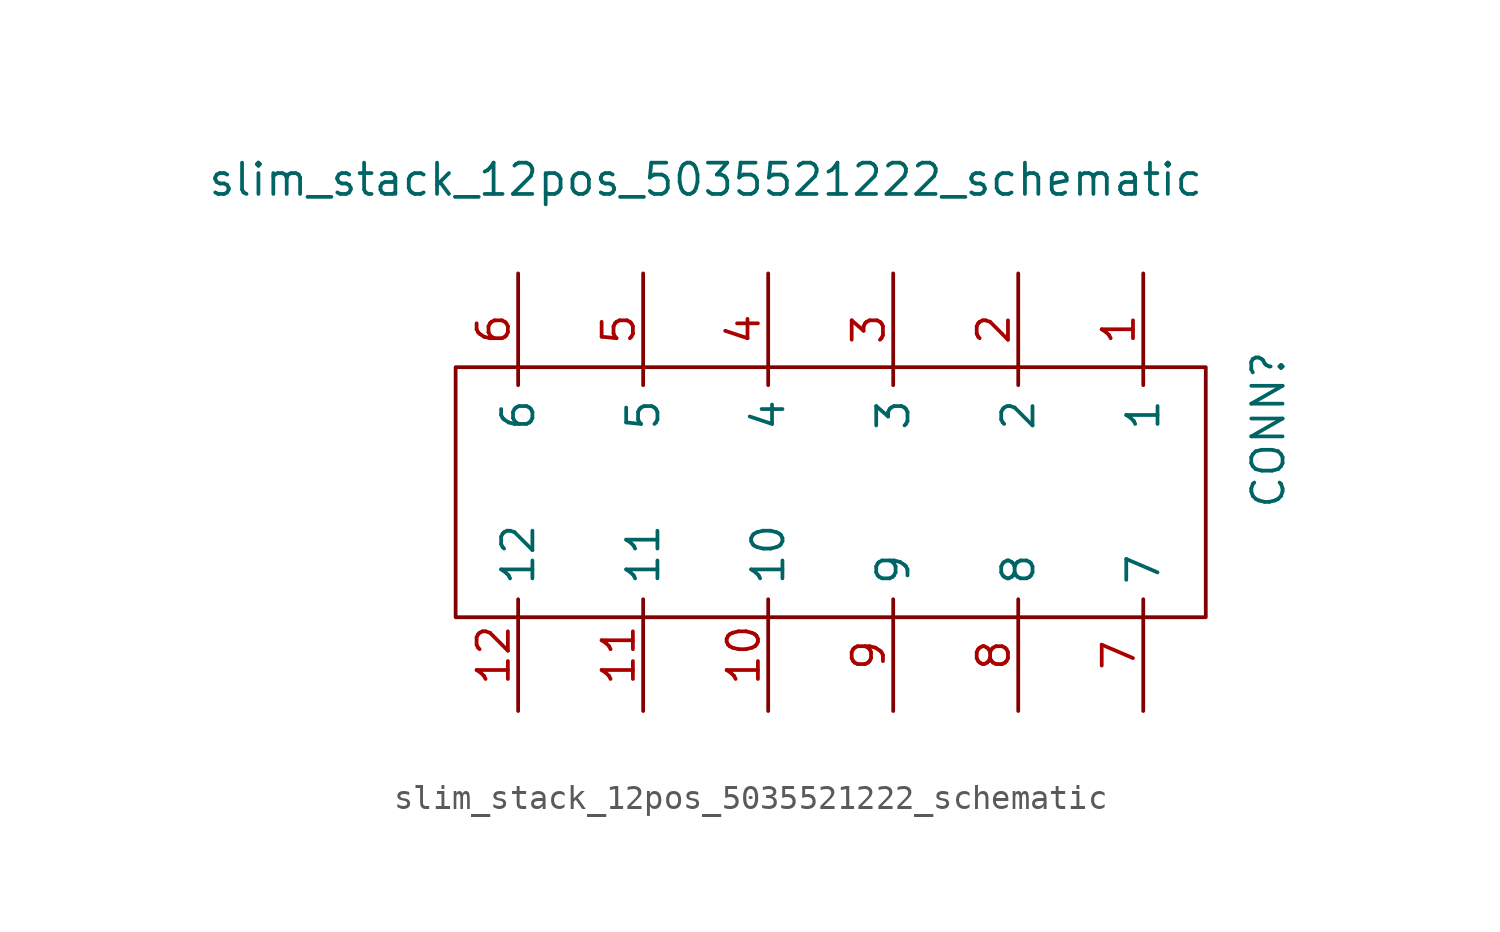
<source format=kicad_sym>
(kicad_symbol_lib
  (version 20211014)
  (generator kicad_symbol_editor)
  (symbol "slim_stack_12pos_5035521222_schematic"
    (property "Reference" "CONN"
      (at 24.13 0 90)
      (effects (font (size 1.27 1.27))))
    (property "Value" "slim_stack_12pos_5035521222_schematic"
      (at 1.27 10.16 0)
      (effects (font (size 1.27 1.27))))
    (symbol "slim_stack_12pos_5035521222_schematic_0_1"
      (rectangle (start -8.89 2.54) (end 21.59 -7.62) (stroke (width 0) (type default) (color 0 0 0 0)) (fill (type none))))
    (symbol "slim_stack_12pos_5035521222_schematic_1_1"
      (pin bidirectional line (at 19.05 6.35 270) (length 4.54) (name "1" (effects (font (size 1.27 1.27)))) (number "1" (effects (font (size 1.27 1.27)))))
      (pin bidirectional line (at 3.81 -11.43 90) (length 4.54) (name "10" (effects (font (size 1.27 1.27)))) (number "10" (effects (font (size 1.27 1.27)))))
      (pin bidirectional line (at -1.27 -11.43 90) (length 4.54) (name "11" (effects (font (size 1.27 1.27)))) (number "11" (effects (font (size 1.27 1.27)))))
      (pin bidirectional line (at -6.35 -11.43 90) (length 4.54) (name "12" (effects (font (size 1.27 1.27)))) (number "12" (effects (font (size 1.27 1.27)))))
      (pin bidirectional line (at 13.97 6.35 270) (length 4.54) (name "2" (effects (font (size 1.27 1.27)))) (number "2" (effects (font (size 1.27 1.27)))))
      (pin bidirectional line (at 8.89 6.35 270) (length 4.54) (name "3" (effects (font (size 1.27 1.27)))) (number "3" (effects (font (size 1.27 1.27)))))
      (pin bidirectional line (at 3.81 6.35 270) (length 4.54) (name "4" (effects (font (size 1.27 1.27)))) (number "4" (effects (font (size 1.27 1.27)))))
      (pin bidirectional line (at -1.27 6.35 270) (length 4.54) (name "5" (effects (font (size 1.27 1.27)))) (number "5" (effects (font (size 1.27 1.27)))))
      (pin bidirectional line (at -6.35 6.35 270) (length 4.54) (name "6" (effects (font (size 1.27 1.27)))) (number "6" (effects (font (size 1.27 1.27)))))
      (pin bidirectional line (at 19.05 -11.43 90) (length 4.54) (name "7" (effects (font (size 1.27 1.27)))) (number "7" (effects (font (size 1.27 1.27)))))
      (pin bidirectional line (at 13.97 -11.43 90) (length 4.54) (name "8" (effects (font (size 1.27 1.27)))) (number "8" (effects (font (size 1.27 1.27)))))
      (pin bidirectional line (at 8.89 -11.43 90) (length 4.54) (name "9" (effects (font (size 1.27 1.27)))) (number "9" (effects (font (size 1.27 1.27))))))))
</source>
